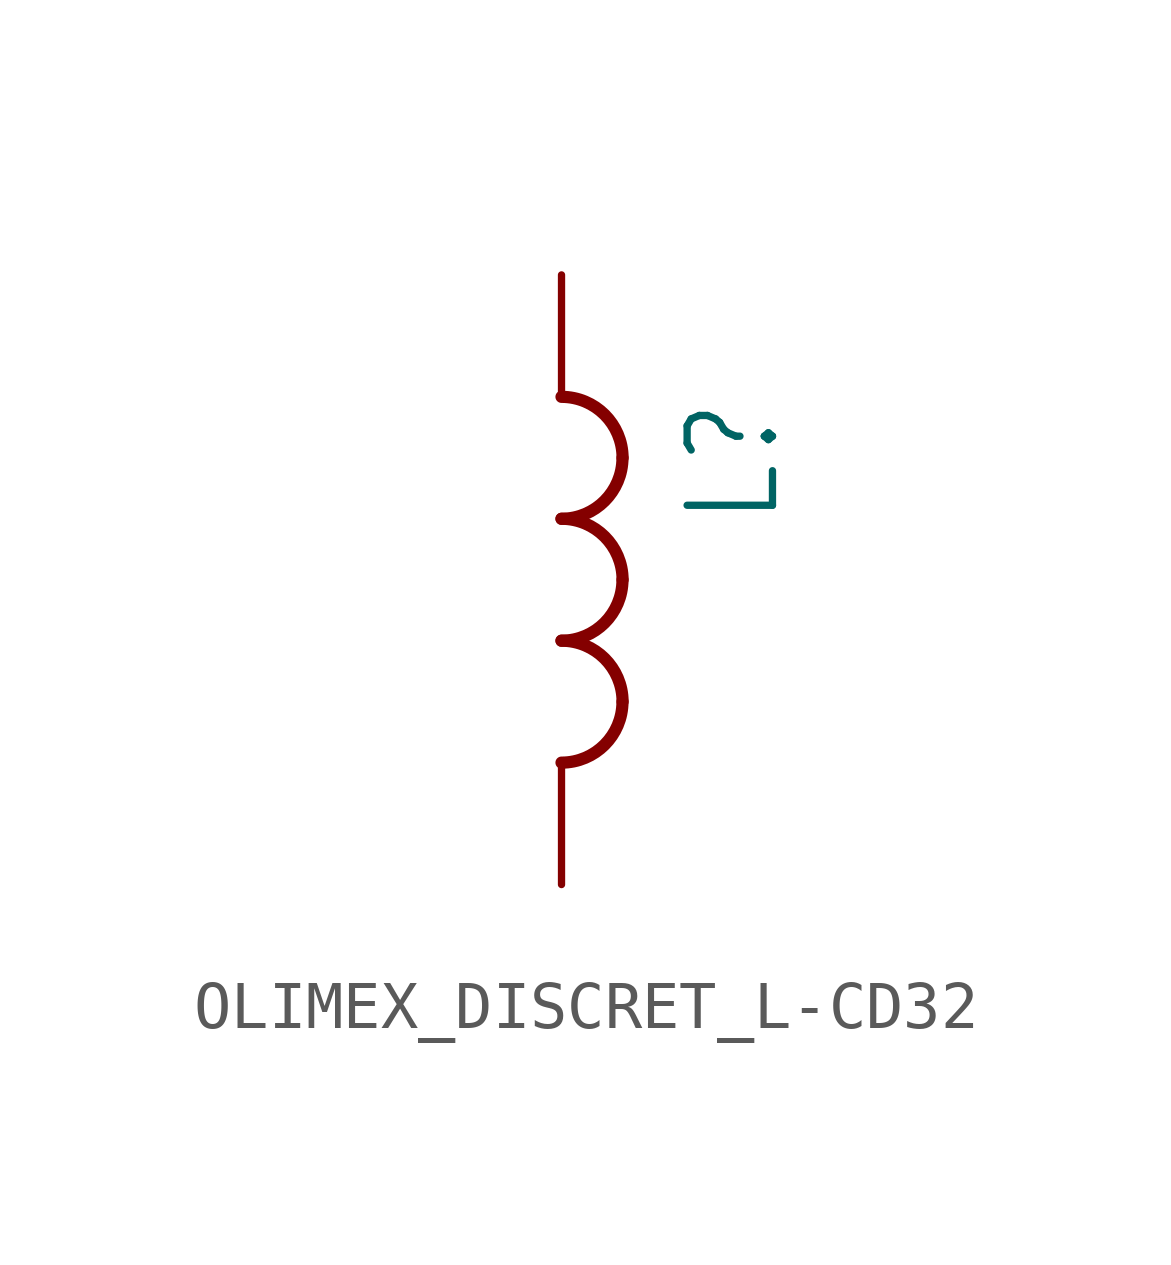
<source format=kicad_sym>
(kicad_symbol_lib
  (version 20231120)
  (generator "kicad_symbol_editor")
  (generator_version "8.0")
  (symbol "OLIMEX_DISCRET_L-CD32"
    (property "Reference" "L"
      (at 2.54 5.08 90)
      (effects (font (size 1.778 1.511)) (justify right top)))
    (property "Value" ""
      (at -3.81 6.35 90)
      (effects (font (size 1.778 1.511)) (justify right top)))
    (property "ki_locked" ""
      (at 0 0 0)
      (effects (font (size 1.27 1.27))))
    (symbol "OLIMEX_DISCRET_L-CD32_1_0"
      (arc (start 0 -2.54) (mid 0.898 -2.168) (end 1.27 -1.27) (stroke (width 0.254) (type solid)) (fill (type none)))
      (arc (start 0 0) (mid 0.898 0.372) (end 1.27 1.27) (stroke (width 0.254) (type solid)) (fill (type none)))
      (arc (start 0 2.54) (mid 0.898 2.912) (end 1.27 3.81) (stroke (width 0.254) (type solid)) (fill (type none)))
      (arc (start 1.27 -1.27) (mid 0.898 -0.372) (end 0 0) (stroke (width 0.254) (type solid)) (fill (type none)))
      (arc (start 1.27 1.27) (mid 0.898 2.168) (end 0 2.54) (stroke (width 0.254) (type solid)) (fill (type none)))
      (arc (start 1.27 3.81) (mid 0.898 4.708) (end 0 5.08) (stroke (width 0.254) (type solid)) (fill (type none)))
      (pin passive line (at 0 7.62 270) (length 2.54) (name "1" (effects (font (size 0 0)))) (number "1" (effects (font (size 0 0)))))
      (pin passive line (at 0 -5.08 90) (length 2.54) (name "2" (effects (font (size 0 0)))) (number "2" (effects (font (size 0 0))))))))
</source>
